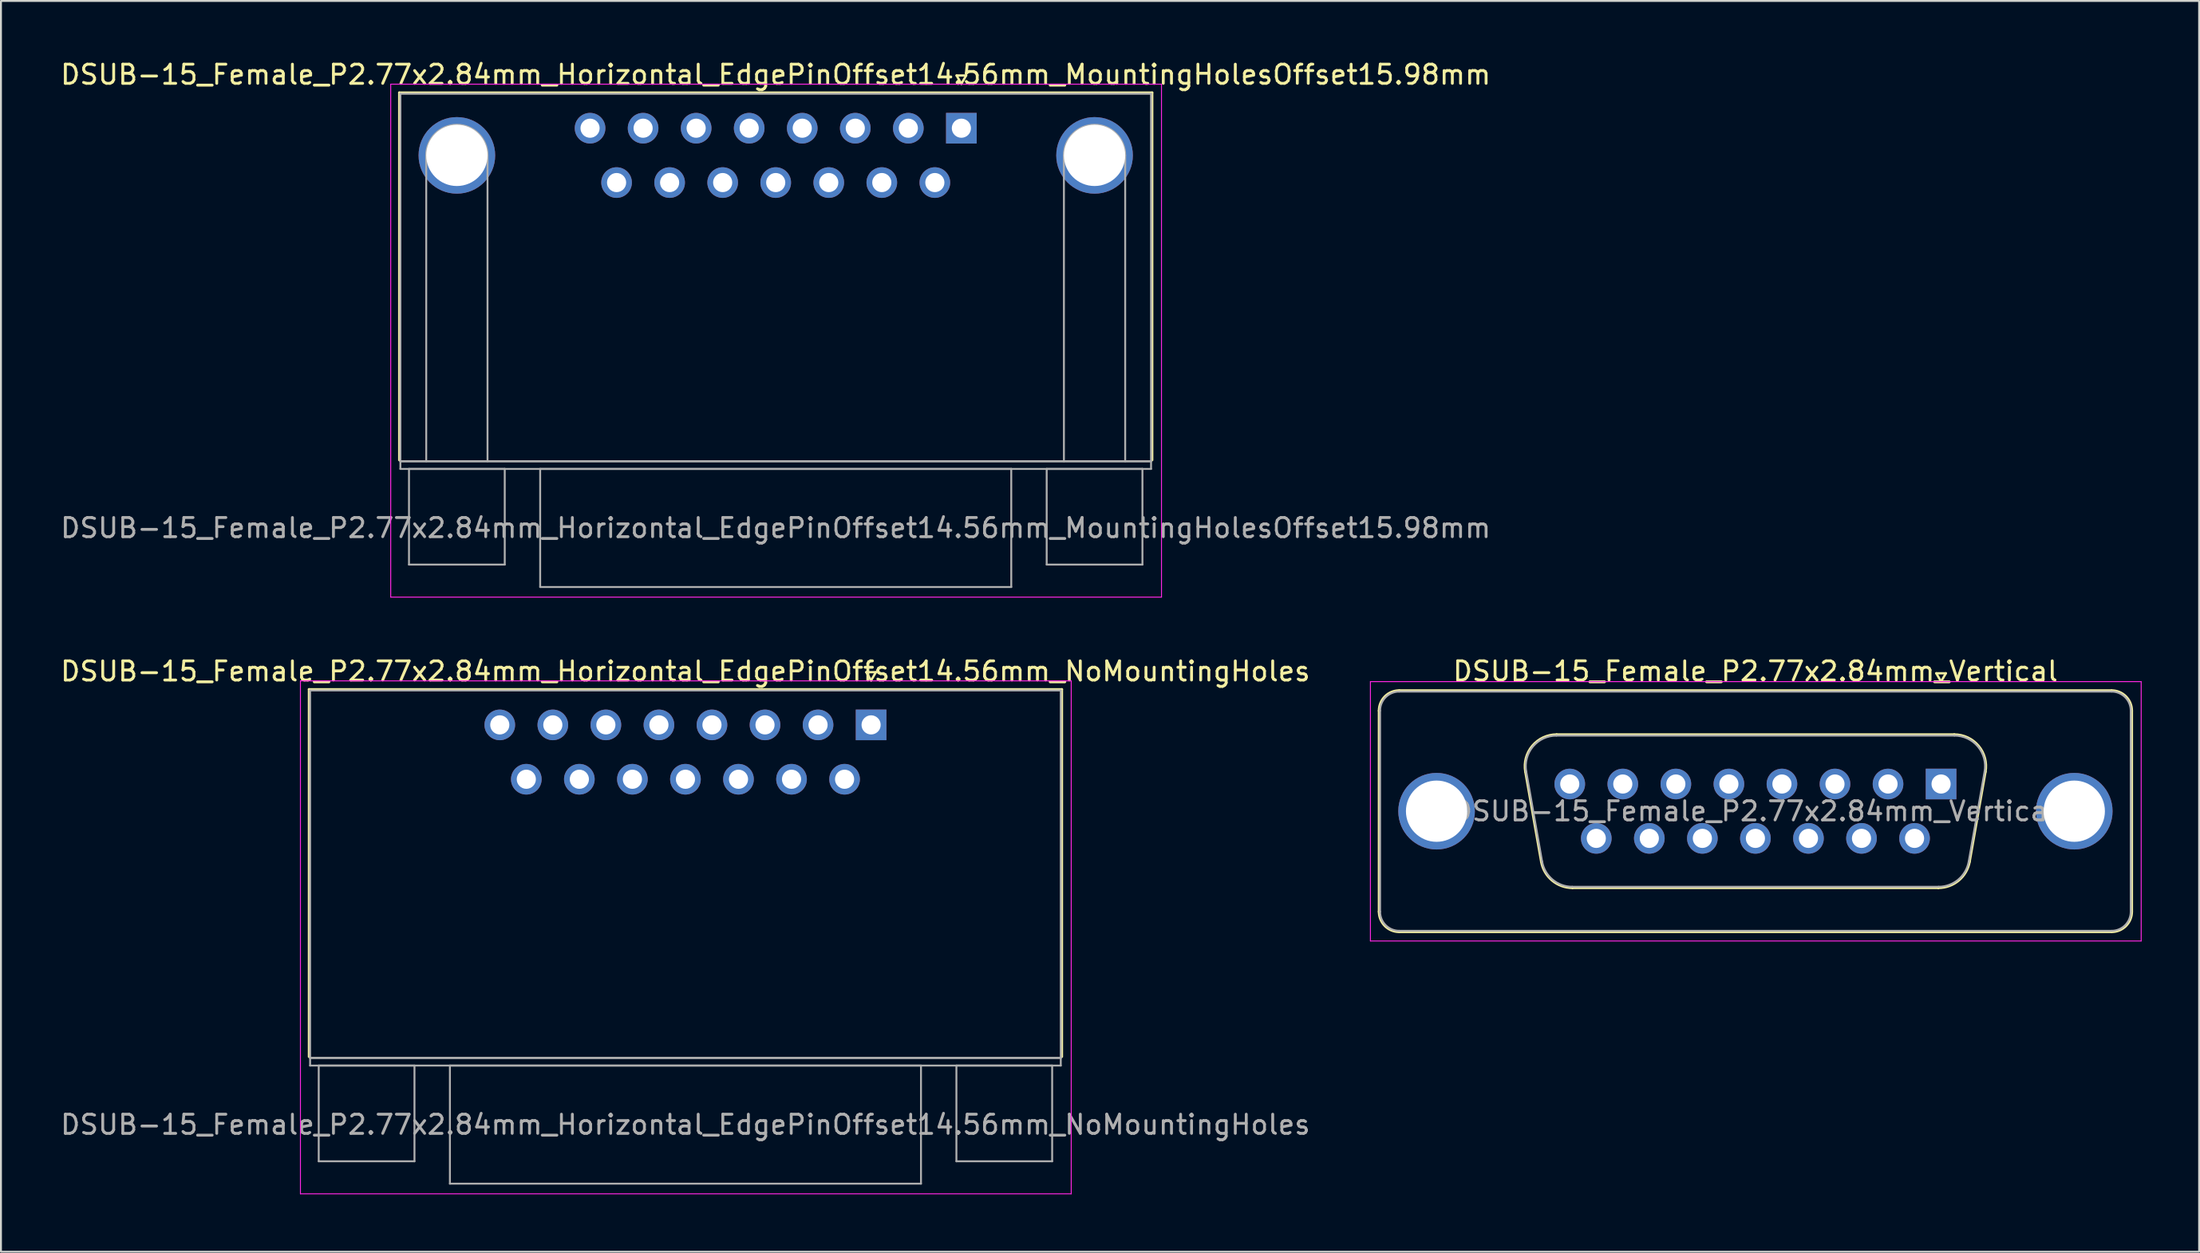
<source format=kicad_pcb>
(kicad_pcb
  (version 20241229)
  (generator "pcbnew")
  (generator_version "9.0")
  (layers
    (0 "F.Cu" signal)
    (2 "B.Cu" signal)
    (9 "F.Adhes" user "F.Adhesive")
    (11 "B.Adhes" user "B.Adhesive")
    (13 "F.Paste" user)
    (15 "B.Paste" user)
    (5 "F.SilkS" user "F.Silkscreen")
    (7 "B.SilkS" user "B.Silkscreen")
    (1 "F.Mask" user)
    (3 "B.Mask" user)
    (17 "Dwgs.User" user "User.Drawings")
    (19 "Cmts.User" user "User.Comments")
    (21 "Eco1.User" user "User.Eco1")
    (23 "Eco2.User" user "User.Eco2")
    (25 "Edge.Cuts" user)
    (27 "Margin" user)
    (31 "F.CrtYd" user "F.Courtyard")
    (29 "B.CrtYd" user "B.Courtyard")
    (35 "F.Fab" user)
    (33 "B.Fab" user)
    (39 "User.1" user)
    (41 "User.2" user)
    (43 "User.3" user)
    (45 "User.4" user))
  (footprint "DSUB-15_Female_P2.77x2.84mm_Horizontal_EdgePinOffset14.56mm_MountingHolesOffset15.98mm"
    (layer "F.Cu")
    (at 47.153 3.648)
    (property "Reference" "DSUB-15_Female_P2.77x2.84mm_Horizontal_EdgePinOffset14.56mm_MountingHolesOffset15.98mm" (at -9.695 -2.8 0) (layer "F.SilkS") (effects (font (size 1 1) (thickness 0.15))))
    (attr through_hole)
    (fp_line (start -29.355 -1.86) (end 9.965 -1.86) (stroke (width 0.12) (type solid)) (layer "F.SilkS"))
    (fp_line (start -29.355 17.34) (end -29.355 -1.86) (stroke (width 0.12) (type solid)) (layer "F.SilkS"))
    (fp_line (start -0.25 -2.754) (end 0.25 -2.754) (stroke (width 0.12) (type solid)) (layer "F.SilkS"))
    (fp_line (start 0 -2.321) (end -0.25 -2.754) (stroke (width 0.12) (type solid)) (layer "F.SilkS"))
    (fp_line (start 0.25 -2.754) (end 0 -2.321) (stroke (width 0.12) (type solid)) (layer "F.SilkS"))
    (fp_line (start 9.965 -1.86) (end 9.965 17.34) (stroke (width 0.12) (type solid)) (layer "F.SilkS"))
    (fp_line (start -29.8 -2.3) (end -29.8 24.5) (stroke (width 0.05) (type solid)) (layer "F.CrtYd"))
    (fp_line (start -29.8 24.5) (end 10.45 24.5) (stroke (width 0.05) (type solid)) (layer "F.CrtYd"))
    (fp_line (start 10.45 -2.3) (end -29.8 -2.3) (stroke (width 0.05) (type solid)) (layer "F.CrtYd"))
    (fp_line (start 10.45 24.5) (end 10.45 -2.3) (stroke (width 0.05) (type solid)) (layer "F.CrtYd"))
    (fp_line (start -29.295 -1.8) (end -29.295 17.4) (stroke (width 0.1) (type solid)) (layer "F.Fab"))
    (fp_line (start -29.295 17.4) (end -29.295 17.8) (stroke (width 0.1) (type solid)) (layer "F.Fab"))
    (fp_line (start -29.295 17.4) (end 9.905 17.4) (stroke (width 0.1) (type solid)) (layer "F.Fab"))
    (fp_line (start -29.295 17.8) (end 9.905 17.8) (stroke (width 0.1) (type solid)) (layer "F.Fab"))
    (fp_line (start -28.845 17.8) (end -28.845 22.8) (stroke (width 0.1) (type solid)) (layer "F.Fab"))
    (fp_line (start -28.845 22.8) (end -23.845 22.8) (stroke (width 0.1) (type solid)) (layer "F.Fab"))
    (fp_line (start -27.945 17.4) (end -27.945 1.42) (stroke (width 0.1) (type solid)) (layer "F.Fab"))
    (fp_line (start -24.745 17.4) (end -24.745 1.42) (stroke (width 0.1) (type solid)) (layer "F.Fab"))
    (fp_line (start -23.845 17.8) (end -28.845 17.8) (stroke (width 0.1) (type solid)) (layer "F.Fab"))
    (fp_line (start -23.845 22.8) (end -23.845 17.8) (stroke (width 0.1) (type solid)) (layer "F.Fab"))
    (fp_line (start -21.995 17.8) (end -21.995 23.97) (stroke (width 0.1) (type solid)) (layer "F.Fab"))
    (fp_line (start -21.995 23.97) (end 2.605 23.97) (stroke (width 0.1) (type solid)) (layer "F.Fab"))
    (fp_line (start 2.605 17.8) (end -21.995 17.8) (stroke (width 0.1) (type solid)) (layer "F.Fab"))
    (fp_line (start 2.605 23.97) (end 2.605 17.8) (stroke (width 0.1) (type solid)) (layer "F.Fab"))
    (fp_line (start 4.455 17.8) (end 4.455 22.8) (stroke (width 0.1) (type solid)) (layer "F.Fab"))
    (fp_line (start 4.455 22.8) (end 9.455 22.8) (stroke (width 0.1) (type solid)) (layer "F.Fab"))
    (fp_line (start 5.355 17.4) (end 5.355 1.42) (stroke (width 0.1) (type solid)) (layer "F.Fab"))
    (fp_line (start 8.555 17.4) (end 8.555 1.42) (stroke (width 0.1) (type solid)) (layer "F.Fab"))
    (fp_line (start 9.455 17.8) (end 4.455 17.8) (stroke (width 0.1) (type solid)) (layer "F.Fab"))
    (fp_line (start 9.455 22.8) (end 9.455 17.8) (stroke (width 0.1) (type solid)) (layer "F.Fab"))
    (fp_line (start 9.905 -1.8) (end -29.295 -1.8) (stroke (width 0.1) (type solid)) (layer "F.Fab"))
    (fp_line (start 9.905 17.4) (end -29.295 17.4) (stroke (width 0.1) (type solid)) (layer "F.Fab"))
    (fp_line (start 9.905 17.4) (end 9.905 -1.8) (stroke (width 0.1) (type solid)) (layer "F.Fab"))
    (fp_line (start 9.905 17.8) (end 9.905 17.4) (stroke (width 0.1) (type solid)) (layer "F.Fab"))
    (fp_arc (start -27.945 1.42) (mid -26.345 -0.18) (end -24.745 1.42) (stroke (width 0.1) (type solid)) (layer "F.Fab"))
    (fp_arc (start 5.355 1.42) (mid 6.955 -0.18) (end 8.555 1.42) (stroke (width 0.1) (type solid)) (layer "F.Fab"))
    (fp_text user "${REFERENCE}" (at -9.695 20.885 0) (layer "F.Fab") (effects (font (size 1 1) (thickness 0.15))))
    (pad "0" thru_hole circle (at -26.345 1.42) (size 4 4) (drill 3.2) (layers "*.Cu" "*.Mask"))
    (pad "0" thru_hole circle (at 6.955 1.42) (size 4 4) (drill 3.2) (layers "*.Cu" "*.Mask"))
    (pad "1" thru_hole rect (at 0 0) (size 1.6 1.6) (drill 1) (layers "*.Cu" "*.Mask"))
    (pad "2" thru_hole circle (at -2.77 0) (size 1.6 1.6) (drill 1) (layers "*.Cu" "*.Mask"))
    (pad "3" thru_hole circle (at -5.54 0) (size 1.6 1.6) (drill 1) (layers "*.Cu" "*.Mask"))
    (pad "4" thru_hole circle (at -8.31 0) (size 1.6 1.6) (drill 1) (layers "*.Cu" "*.Mask"))
    (pad "5" thru_hole circle (at -11.08 0) (size 1.6 1.6) (drill 1) (layers "*.Cu" "*.Mask"))
    (pad "6" thru_hole circle (at -13.85 0) (size 1.6 1.6) (drill 1) (layers "*.Cu" "*.Mask"))
    (pad "7" thru_hole circle (at -16.62 0) (size 1.6 1.6) (drill 1) (layers "*.Cu" "*.Mask"))
    (pad "8" thru_hole circle (at -19.39 0) (size 1.6 1.6) (drill 1) (layers "*.Cu" "*.Mask"))
    (pad "9" thru_hole circle (at -1.385 2.84) (size 1.6 1.6) (drill 1) (layers "*.Cu" "*.Mask"))
    (pad "10" thru_hole circle (at -4.155 2.84) (size 1.6 1.6) (drill 1) (layers "*.Cu" "*.Mask"))
    (pad "11" thru_hole circle (at -6.925 2.84) (size 1.6 1.6) (drill 1) (layers "*.Cu" "*.Mask"))
    (pad "12" thru_hole circle (at -9.695 2.84) (size 1.6 1.6) (drill 1) (layers "*.Cu" "*.Mask"))
    (pad "13" thru_hole circle (at -12.465 2.84) (size 1.6 1.6) (drill 1) (layers "*.Cu" "*.Mask"))
    (pad "14" thru_hole circle (at -15.235 2.84) (size 1.6 1.6) (drill 1) (layers "*.Cu" "*.Mask"))
    (pad "15" thru_hole circle (at -18.005 2.84) (size 1.6 1.6) (drill 1) (layers "*.Cu" "*.Mask")))
  (footprint "DSUB-15_Female_P2.77x2.84mm_Vertical"
    (layer "F.Cu")
    (at 98.313 37.911)
    (property "Reference" "DSUB-15_Female_P2.77x2.84mm_Vertical" (at -9.695 -5.89 0) (layer "F.SilkS") (effects (font (size 1 1) (thickness 0.15))))
    (attr through_hole)
    (fp_line (start -29.355 6.67) (end -29.355 -3.83) (stroke (width 0.12) (type solid)) (layer "F.SilkS"))
    (fp_line (start -28.295 -4.89) (end 8.905 -4.89) (stroke (width 0.12) (type solid)) (layer "F.SilkS"))
    (fp_line (start -21.711 -0.642) (end -20.883 4.058) (stroke (width 0.12) (type solid)) (layer "F.SilkS"))
    (fp_line (start -20.077 -2.59) (end 0.687 -2.59) (stroke (width 0.12) (type solid)) (layer "F.SilkS"))
    (fp_line (start -19.248 5.43) (end -0.142 5.43) (stroke (width 0.12) (type solid)) (layer "F.SilkS"))
    (fp_line (start -0.25 -5.784) (end 0.25 -5.784) (stroke (width 0.12) (type solid)) (layer "F.SilkS"))
    (fp_line (start 0 -5.351) (end -0.25 -5.784) (stroke (width 0.12) (type solid)) (layer "F.SilkS"))
    (fp_line (start 0.25 -5.784) (end 0 -5.351) (stroke (width 0.12) (type solid)) (layer "F.SilkS"))
    (fp_line (start 2.321 -0.642) (end 1.493 4.058) (stroke (width 0.12) (type solid)) (layer "F.SilkS"))
    (fp_line (start 8.905 7.73) (end -28.295 7.73) (stroke (width 0.12) (type solid)) (layer "F.SilkS"))
    (fp_line (start 9.965 -3.83) (end 9.965 6.67) (stroke (width 0.12) (type solid)) (layer "F.SilkS"))
    (fp_arc (start -29.355 -3.83) (mid -29.044533 -4.579533) (end -28.295 -4.89) (stroke (width 0.12) (type solid)) (layer "F.SilkS"))
    (fp_arc (start -28.295 7.73) (mid -29.044533 7.419533) (end -29.355 6.67) (stroke (width 0.12) (type solid)) (layer "F.SilkS"))
    (fp_arc (start -21.71147 -0.641744) (mid -21.348323 -1.997028) (end -20.076689 -2.59) (stroke (width 0.12) (type solid)) (layer "F.SilkS"))
    (fp_arc (start -19.247952 5.43) (mid -20.314979 5.041634) (end -20.882733 4.058256) (stroke (width 0.12) (type solid)) (layer "F.SilkS"))
    (fp_arc (start 0.686689 -2.59) (mid 1.958323 -1.997027) (end 2.32147 -0.641744) (stroke (width 0.12) (type solid)) (layer "F.SilkS"))
    (fp_arc (start 1.492733 4.058256) (mid 0.92498 5.041634) (end -0.142048 5.43) (stroke (width 0.12) (type solid)) (layer "F.SilkS"))
    (fp_arc (start 8.905 -4.89) (mid 9.654533 -4.579533) (end 9.965 -3.83) (stroke (width 0.12) (type solid)) (layer "F.SilkS"))
    (fp_arc (start 9.965 6.67) (mid 9.654533 7.419533) (end 8.905 7.73) (stroke (width 0.12) (type solid)) (layer "F.SilkS"))
    (fp_line (start -29.8 -5.35) (end -29.8 8.2) (stroke (width 0.05) (type solid)) (layer "F.CrtYd"))
    (fp_line (start -29.8 8.2) (end 10.45 8.2) (stroke (width 0.05) (type solid)) (layer "F.CrtYd"))
    (fp_line (start 10.45 -5.35) (end -29.8 -5.35) (stroke (width 0.05) (type solid)) (layer "F.CrtYd"))
    (fp_line (start 10.45 8.2) (end 10.45 -5.35) (stroke (width 0.05) (type solid)) (layer "F.CrtYd"))
    (fp_line (start -29.295 6.67) (end -29.295 -3.83) (stroke (width 0.1) (type solid)) (layer "F.Fab"))
    (fp_line (start -28.295 -4.83) (end 8.905 -4.83) (stroke (width 0.1) (type solid)) (layer "F.Fab"))
    (fp_line (start -21.664 -0.652) (end -20.835 4.048) (stroke (width 0.1) (type solid)) (layer "F.Fab"))
    (fp_line (start -20.088 -2.53) (end 0.698 -2.53) (stroke (width 0.1) (type solid)) (layer "F.Fab"))
    (fp_line (start -19.259 5.37) (end -0.131 5.37) (stroke (width 0.1) (type solid)) (layer "F.Fab"))
    (fp_line (start 2.274 -0.652) (end 1.445 4.048) (stroke (width 0.1) (type solid)) (layer "F.Fab"))
    (fp_line (start 8.905 7.67) (end -28.295 7.67) (stroke (width 0.1) (type solid)) (layer "F.Fab"))
    (fp_line (start 9.905 -3.83) (end 9.905 6.67) (stroke (width 0.1) (type solid)) (layer "F.Fab"))
    (fp_arc (start -29.295 -3.83) (mid -29.002107 -4.537107) (end -28.295 -4.83) (stroke (width 0.1) (type solid)) (layer "F.Fab"))
    (fp_arc (start -28.295 7.67) (mid -29.002107 7.377107) (end -29.295 6.67) (stroke (width 0.1) (type solid)) (layer "F.Fab"))
    (fp_arc (start -21.663886 -0.652163) (mid -21.313865 -1.95846) (end -20.088194 -2.53) (stroke (width 0.1) (type solid)) (layer "F.Fab"))
    (fp_arc (start -19.259457 5.37) (mid -20.287917 4.995671) (end -20.835149 4.047837) (stroke (width 0.1) (type solid)) (layer "F.Fab"))
    (fp_arc (start 0.698194 -2.53) (mid 1.923865 -1.95846) (end 2.273886 -0.652163) (stroke (width 0.1) (type solid)) (layer "F.Fab"))
    (fp_arc (start 1.445149 4.047837) (mid 0.897917 4.995671) (end -0.130543 5.37) (stroke (width 0.1) (type solid)) (layer "F.Fab"))
    (fp_arc (start 8.905 -4.83) (mid 9.612107 -4.537107) (end 9.905 -3.83) (stroke (width 0.1) (type solid)) (layer "F.Fab"))
    (fp_arc (start 9.905 6.67) (mid 9.612107 7.377107) (end 8.905 7.67) (stroke (width 0.1) (type solid)) (layer "F.Fab"))
    (fp_text user "${REFERENCE}" (at -9.695 1.42 0) (layer "F.Fab") (effects (font (size 1 1) (thickness 0.15))))
    (pad "0" thru_hole circle (at -26.345 1.42) (size 4 4) (drill 3.2) (layers "*.Cu" "*.Mask"))
    (pad "0" thru_hole circle (at 6.955 1.42) (size 4 4) (drill 3.2) (layers "*.Cu" "*.Mask"))
    (pad "1" thru_hole rect (at 0 0) (size 1.6 1.6) (drill 1) (layers "*.Cu" "*.Mask"))
    (pad "2" thru_hole circle (at -2.77 0) (size 1.6 1.6) (drill 1) (layers "*.Cu" "*.Mask"))
    (pad "3" thru_hole circle (at -5.54 0) (size 1.6 1.6) (drill 1) (layers "*.Cu" "*.Mask"))
    (pad "4" thru_hole circle (at -8.31 0) (size 1.6 1.6) (drill 1) (layers "*.Cu" "*.Mask"))
    (pad "5" thru_hole circle (at -11.08 0) (size 1.6 1.6) (drill 1) (layers "*.Cu" "*.Mask"))
    (pad "6" thru_hole circle (at -13.85 0) (size 1.6 1.6) (drill 1) (layers "*.Cu" "*.Mask"))
    (pad "7" thru_hole circle (at -16.62 0) (size 1.6 1.6) (drill 1) (layers "*.Cu" "*.Mask"))
    (pad "8" thru_hole circle (at -19.39 0) (size 1.6 1.6) (drill 1) (layers "*.Cu" "*.Mask"))
    (pad "9" thru_hole circle (at -1.385 2.84) (size 1.6 1.6) (drill 1) (layers "*.Cu" "*.Mask"))
    (pad "10" thru_hole circle (at -4.155 2.84) (size 1.6 1.6) (drill 1) (layers "*.Cu" "*.Mask"))
    (pad "11" thru_hole circle (at -6.925 2.84) (size 1.6 1.6) (drill 1) (layers "*.Cu" "*.Mask"))
    (pad "12" thru_hole circle (at -9.695 2.84) (size 1.6 1.6) (drill 1) (layers "*.Cu" "*.Mask"))
    (pad "13" thru_hole circle (at -12.465 2.84) (size 1.6 1.6) (drill 1) (layers "*.Cu" "*.Mask"))
    (pad "14" thru_hole circle (at -15.235 2.84) (size 1.6 1.6) (drill 1) (layers "*.Cu" "*.Mask"))
    (pad "15" thru_hole circle (at -18.005 2.84) (size 1.6 1.6) (drill 1) (layers "*.Cu" "*.Mask")))
  (footprint "DSUB-15_Female_P2.77x2.84mm_Horizontal_EdgePinOffset14.56mm_NoMountingHoles"
    (layer "F.Cu")
    (at 42.439 34.822)
    (property "Reference" "DSUB-15_Female_P2.77x2.84mm_Horizontal_EdgePinOffset14.56mm_NoMountingHoles" (at -9.695 -2.8 0) (layer "F.SilkS") (effects (font (size 1 1) (thickness 0.15))))
    (attr through_hole)
    (fp_line (start -29.355 -1.86) (end 9.965 -1.86) (stroke (width 0.12) (type solid)) (layer "F.SilkS"))
    (fp_line (start -29.355 17.34) (end -29.355 -1.86) (stroke (width 0.12) (type solid)) (layer "F.SilkS"))
    (fp_line (start -0.25 -2.754) (end 0.25 -2.754) (stroke (width 0.12) (type solid)) (layer "F.SilkS"))
    (fp_line (start 0 -2.321) (end -0.25 -2.754) (stroke (width 0.12) (type solid)) (layer "F.SilkS"))
    (fp_line (start 0.25 -2.754) (end 0 -2.321) (stroke (width 0.12) (type solid)) (layer "F.SilkS"))
    (fp_line (start 9.965 -1.86) (end 9.965 17.34) (stroke (width 0.12) (type solid)) (layer "F.SilkS"))
    (fp_line (start -29.8 -2.3) (end -29.8 24.5) (stroke (width 0.05) (type solid)) (layer "F.CrtYd"))
    (fp_line (start -29.8 24.5) (end 10.45 24.5) (stroke (width 0.05) (type solid)) (layer "F.CrtYd"))
    (fp_line (start 10.45 -2.3) (end -29.8 -2.3) (stroke (width 0.05) (type solid)) (layer "F.CrtYd"))
    (fp_line (start 10.45 24.5) (end 10.45 -2.3) (stroke (width 0.05) (type solid)) (layer "F.CrtYd"))
    (fp_line (start -29.295 -1.8) (end -29.295 17.4) (stroke (width 0.1) (type solid)) (layer "F.Fab"))
    (fp_line (start -29.295 17.4) (end -29.295 17.8) (stroke (width 0.1) (type solid)) (layer "F.Fab"))
    (fp_line (start -29.295 17.4) (end 9.905 17.4) (stroke (width 0.1) (type solid)) (layer "F.Fab"))
    (fp_line (start -29.295 17.8) (end 9.905 17.8) (stroke (width 0.1) (type solid)) (layer "F.Fab"))
    (fp_line (start -28.845 17.8) (end -28.845 22.8) (stroke (width 0.1) (type solid)) (layer "F.Fab"))
    (fp_line (start -28.845 22.8) (end -23.845 22.8) (stroke (width 0.1) (type solid)) (layer "F.Fab"))
    (fp_line (start -23.845 17.8) (end -28.845 17.8) (stroke (width 0.1) (type solid)) (layer "F.Fab"))
    (fp_line (start -23.845 22.8) (end -23.845 17.8) (stroke (width 0.1) (type solid)) (layer "F.Fab"))
    (fp_line (start -21.995 17.8) (end -21.995 23.97) (stroke (width 0.1) (type solid)) (layer "F.Fab"))
    (fp_line (start -21.995 23.97) (end 2.605 23.97) (stroke (width 0.1) (type solid)) (layer "F.Fab"))
    (fp_line (start 2.605 17.8) (end -21.995 17.8) (stroke (width 0.1) (type solid)) (layer "F.Fab"))
    (fp_line (start 2.605 23.97) (end 2.605 17.8) (stroke (width 0.1) (type solid)) (layer "F.Fab"))
    (fp_line (start 4.455 17.8) (end 4.455 22.8) (stroke (width 0.1) (type solid)) (layer "F.Fab"))
    (fp_line (start 4.455 22.8) (end 9.455 22.8) (stroke (width 0.1) (type solid)) (layer "F.Fab"))
    (fp_line (start 9.455 17.8) (end 4.455 17.8) (stroke (width 0.1) (type solid)) (layer "F.Fab"))
    (fp_line (start 9.455 22.8) (end 9.455 17.8) (stroke (width 0.1) (type solid)) (layer "F.Fab"))
    (fp_line (start 9.905 -1.8) (end -29.295 -1.8) (stroke (width 0.1) (type solid)) (layer "F.Fab"))
    (fp_line (start 9.905 17.4) (end -29.295 17.4) (stroke (width 0.1) (type solid)) (layer "F.Fab"))
    (fp_line (start 9.905 17.4) (end 9.905 -1.8) (stroke (width 0.1) (type solid)) (layer "F.Fab"))
    (fp_line (start 9.905 17.8) (end 9.905 17.4) (stroke (width 0.1) (type solid)) (layer "F.Fab"))
    (fp_text user "${REFERENCE}" (at -9.695 20.885 0) (layer "F.Fab") (effects (font (size 1 1) (thickness 0.15))))
    (pad "1" thru_hole rect (at 0 0) (size 1.6 1.6) (drill 1) (layers "*.Cu" "*.Mask"))
    (pad "2" thru_hole circle (at -2.77 0) (size 1.6 1.6) (drill 1) (layers "*.Cu" "*.Mask"))
    (pad "3" thru_hole circle (at -5.54 0) (size 1.6 1.6) (drill 1) (layers "*.Cu" "*.Mask"))
    (pad "4" thru_hole circle (at -8.31 0) (size 1.6 1.6) (drill 1) (layers "*.Cu" "*.Mask"))
    (pad "5" thru_hole circle (at -11.08 0) (size 1.6 1.6) (drill 1) (layers "*.Cu" "*.Mask"))
    (pad "6" thru_hole circle (at -13.85 0) (size 1.6 1.6) (drill 1) (layers "*.Cu" "*.Mask"))
    (pad "7" thru_hole circle (at -16.62 0) (size 1.6 1.6) (drill 1) (layers "*.Cu" "*.Mask"))
    (pad "8" thru_hole circle (at -19.39 0) (size 1.6 1.6) (drill 1) (layers "*.Cu" "*.Mask"))
    (pad "9" thru_hole circle (at -1.385 2.84) (size 1.6 1.6) (drill 1) (layers "*.Cu" "*.Mask"))
    (pad "10" thru_hole circle (at -4.155 2.84) (size 1.6 1.6) (drill 1) (layers "*.Cu" "*.Mask"))
    (pad "11" thru_hole circle (at -6.925 2.84) (size 1.6 1.6) (drill 1) (layers "*.Cu" "*.Mask"))
    (pad "12" thru_hole circle (at -9.695 2.84) (size 1.6 1.6) (drill 1) (layers "*.Cu" "*.Mask"))
    (pad "13" thru_hole circle (at -12.465 2.84) (size 1.6 1.6) (drill 1) (layers "*.Cu" "*.Mask"))
    (pad "14" thru_hole circle (at -15.235 2.84) (size 1.6 1.6) (drill 1) (layers "*.Cu" "*.Mask"))
    (pad "15" thru_hole circle (at -18.005 2.84) (size 1.6 1.6) (drill 1) (layers "*.Cu" "*.Mask")))
  (gr_rect
    (start -3 -3)
    (end 111.788 62.346)
    (stroke (width 0.1) (type default))
    (fill no)
    (layer "Edge.Cuts")))
</source>
